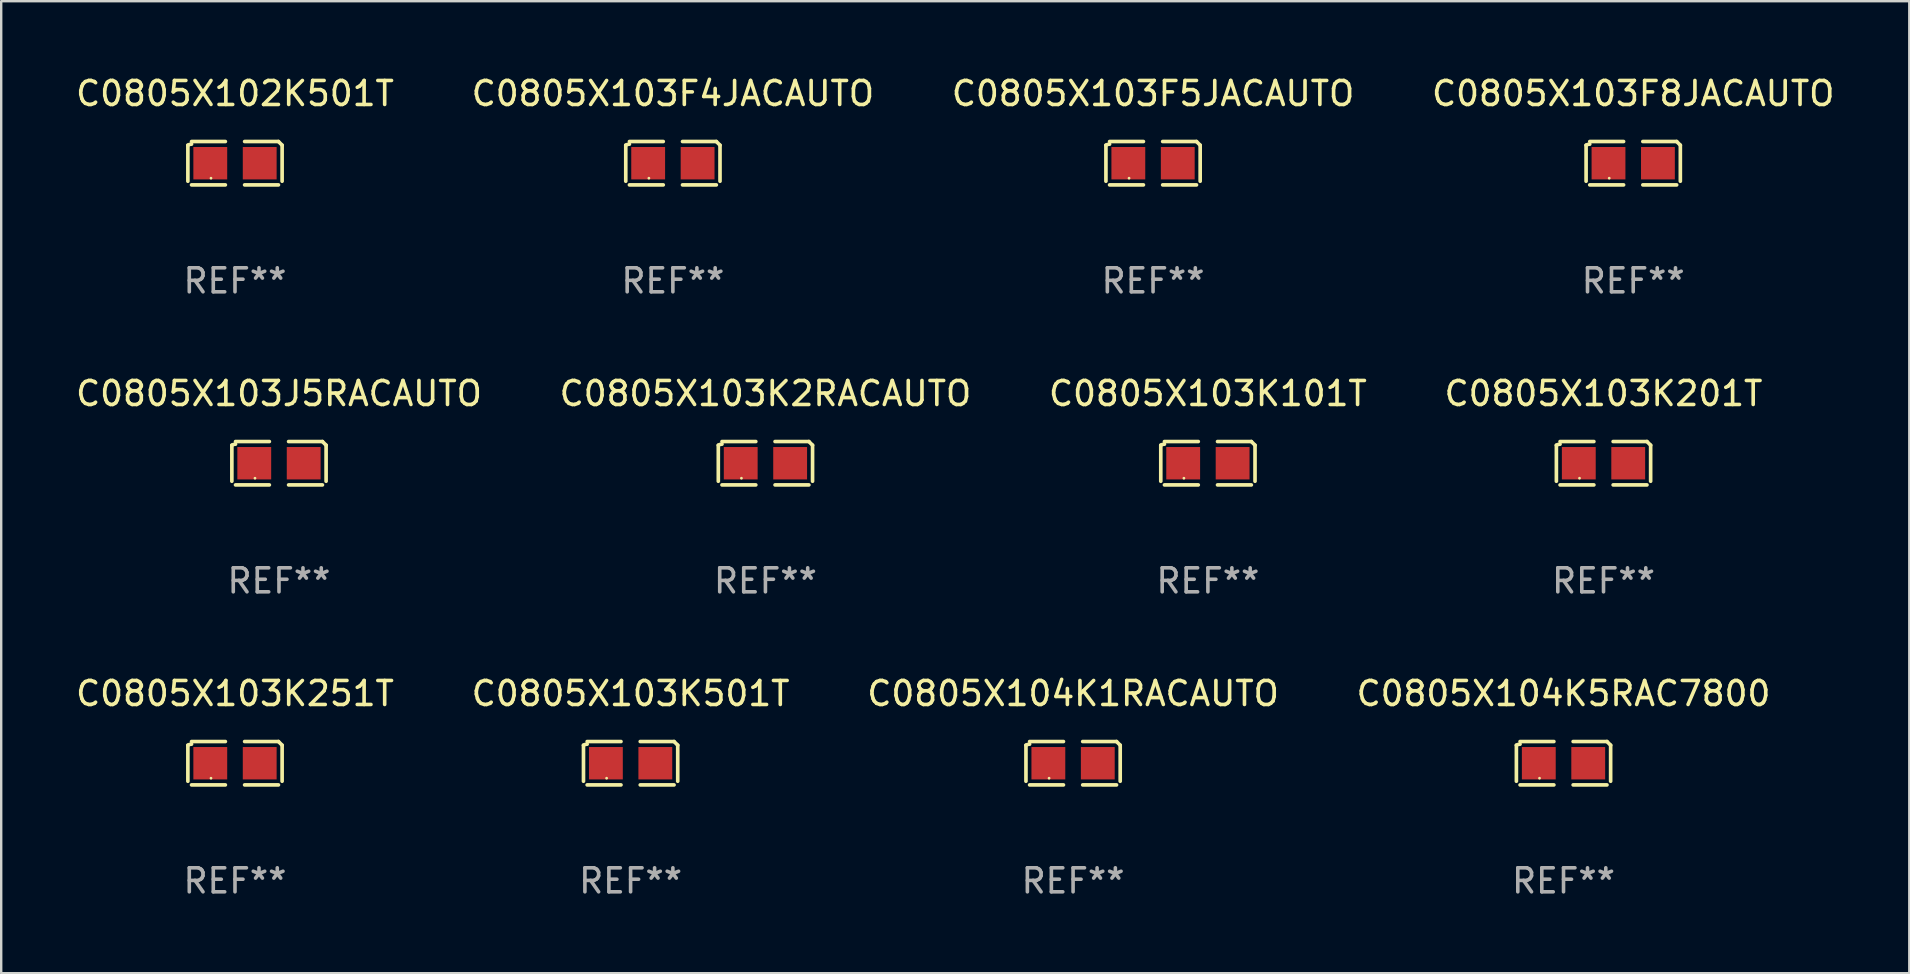
<source format=kicad_pcb>
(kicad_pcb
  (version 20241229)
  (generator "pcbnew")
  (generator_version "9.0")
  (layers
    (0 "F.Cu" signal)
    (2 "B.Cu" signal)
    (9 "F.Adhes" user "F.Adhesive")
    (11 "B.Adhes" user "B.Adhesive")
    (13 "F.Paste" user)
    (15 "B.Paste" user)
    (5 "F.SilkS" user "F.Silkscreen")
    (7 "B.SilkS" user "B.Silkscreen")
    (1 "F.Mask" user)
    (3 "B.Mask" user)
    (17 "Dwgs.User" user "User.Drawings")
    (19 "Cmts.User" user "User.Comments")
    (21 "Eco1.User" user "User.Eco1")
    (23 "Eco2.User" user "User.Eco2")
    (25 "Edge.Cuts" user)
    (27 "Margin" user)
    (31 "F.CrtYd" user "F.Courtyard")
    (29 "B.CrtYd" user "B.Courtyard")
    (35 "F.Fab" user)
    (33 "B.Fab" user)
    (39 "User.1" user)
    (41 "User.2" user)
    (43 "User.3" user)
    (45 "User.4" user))
  (footprint "C0805X104K5RAC7800"
    (layer "F.Cu")
    (at 62.113 28.759)
    (property "Reference" "C0805X104K5RAC7800" (at 0 -2.904 0) (layer "F.SilkS") (effects (font (size 1 1) (thickness 0.15))))
    (attr through_hole)
    (fp_line (start -1.964 0.751) (end -1.964 -0.751) (stroke (width 0.152) (type solid)) (layer "F.SilkS"))
    (fp_line (start -1.811 -0.904) (end -0.401 -0.904) (stroke (width 0.152) (type solid)) (layer "F.SilkS"))
    (fp_line (start -0.401 0.904) (end -1.811 0.904) (stroke (width 0.152) (type solid)) (layer "F.SilkS"))
    (fp_line (start 0.401 0.904) (end 1.811 0.904) (stroke (width 0.152) (type solid)) (layer "F.SilkS"))
    (fp_line (start 1.811 -0.904) (end 0.401 -0.904) (stroke (width 0.152) (type solid)) (layer "F.SilkS"))
    (fp_line (start 1.964 0.751) (end 1.964 -0.751) (stroke (width 0.152) (type solid)) (layer "F.SilkS"))
    (fp_arc (start -1.963602 -0.751207) (mid -1.890354 -0.783131) (end -1.811201 -0.794044) (stroke (width 0.1524) (type solid)) (layer "F.SilkS"))
    (fp_arc (start 1.811202 -0.903607) (mid 1.887413 -0.827418) (end 1.963602 -0.751207) (stroke (width 0.1524) (type solid)) (layer "F.SilkS"))
    (fp_circle (center -1 0.625) (end -0.97 0.625) (stroke (width 0.06) (type solid)) (fill no) (layer "F.SilkS"))
    (fp_text user "REF**" (at 0 4.904 0) (layer "F.Fab") (effects (font (size 1 1) (thickness 0.15))))
    (pad "1" smd rect (at -1.03 0) (size 1.41 1.35) (layers "F.Cu" "F.Mask" "F.Paste"))
    (pad "2" smd rect (at 1.03 0) (size 1.41 1.35) (layers "F.Cu" "F.Mask" "F.Paste")))
  (footprint "C0805X103J5RACAUTO"
    (layer "F.Cu")
    (at 8.577 16.256)
    (property "Reference" "C0805X103J5RACAUTO" (at 0 -2.904 0) (layer "F.SilkS") (effects (font (size 1 1) (thickness 0.15))))
    (attr through_hole)
    (fp_line (start -1.964 0.751) (end -1.964 -0.751) (stroke (width 0.152) (type solid)) (layer "F.SilkS"))
    (fp_line (start -1.811 -0.904) (end -0.401 -0.904) (stroke (width 0.152) (type solid)) (layer "F.SilkS"))
    (fp_line (start -0.401 0.904) (end -1.811 0.904) (stroke (width 0.152) (type solid)) (layer "F.SilkS"))
    (fp_line (start 0.401 0.904) (end 1.811 0.904) (stroke (width 0.152) (type solid)) (layer "F.SilkS"))
    (fp_line (start 1.811 -0.904) (end 0.401 -0.904) (stroke (width 0.152) (type solid)) (layer "F.SilkS"))
    (fp_line (start 1.964 0.751) (end 1.964 -0.751) (stroke (width 0.152) (type solid)) (layer "F.SilkS"))
    (fp_arc (start -1.963602 -0.751207) (mid -1.890354 -0.783131) (end -1.811201 -0.794044) (stroke (width 0.1524) (type solid)) (layer "F.SilkS"))
    (fp_arc (start 1.811202 -0.903607) (mid 1.887413 -0.827418) (end 1.963602 -0.751207) (stroke (width 0.1524) (type solid)) (layer "F.SilkS"))
    (fp_circle (center -1 0.625) (end -0.97 0.625) (stroke (width 0.06) (type solid)) (fill no) (layer "F.SilkS"))
    (fp_text user "REF**" (at 0 4.904 0) (layer "F.Fab") (effects (font (size 1 1) (thickness 0.15))))
    (pad "1" smd rect (at -1.03 0) (size 1.41 1.35) (layers "F.Cu" "F.Mask" "F.Paste"))
    (pad "2" smd rect (at 1.03 0) (size 1.41 1.35) (layers "F.Cu" "F.Mask" "F.Paste")))
  (footprint "C0805X102K501T"
    (layer "F.Cu")
    (at 6.744 3.752)
    (property "Reference" "C0805X102K501T" (at 0 -2.904 0) (layer "F.SilkS") (effects (font (size 1 1) (thickness 0.15))))
    (attr through_hole)
    (fp_line (start -1.964 0.751) (end -1.964 -0.751) (stroke (width 0.152) (type solid)) (layer "F.SilkS"))
    (fp_line (start -1.811 -0.904) (end -0.401 -0.904) (stroke (width 0.152) (type solid)) (layer "F.SilkS"))
    (fp_line (start -0.401 0.904) (end -1.811 0.904) (stroke (width 0.152) (type solid)) (layer "F.SilkS"))
    (fp_line (start 0.401 0.904) (end 1.811 0.904) (stroke (width 0.152) (type solid)) (layer "F.SilkS"))
    (fp_line (start 1.811 -0.904) (end 0.401 -0.904) (stroke (width 0.152) (type solid)) (layer "F.SilkS"))
    (fp_line (start 1.964 0.751) (end 1.964 -0.751) (stroke (width 0.152) (type solid)) (layer "F.SilkS"))
    (fp_arc (start -1.963602 -0.751207) (mid -1.890354 -0.783131) (end -1.811201 -0.794044) (stroke (width 0.1524) (type solid)) (layer "F.SilkS"))
    (fp_arc (start 1.811202 -0.903607) (mid 1.887413 -0.827418) (end 1.963602 -0.751207) (stroke (width 0.1524) (type solid)) (layer "F.SilkS"))
    (fp_circle (center -1 0.625) (end -0.97 0.625) (stroke (width 0.06) (type solid)) (fill no) (layer "F.SilkS"))
    (fp_text user "REF**" (at 0 4.904 0) (layer "F.Fab") (effects (font (size 1 1) (thickness 0.15))))
    (pad "1" smd rect (at -1.03 0) (size 1.41 1.35) (layers "F.Cu" "F.Mask" "F.Paste"))
    (pad "2" smd rect (at 1.03 0) (size 1.41 1.35) (layers "F.Cu" "F.Mask" "F.Paste")))
  (footprint "C0805X103K251T"
    (layer "F.Cu")
    (at 6.744 28.759)
    (property "Reference" "C0805X103K251T" (at 0 -2.904 0) (layer "F.SilkS") (effects (font (size 1 1) (thickness 0.15))))
    (attr through_hole)
    (fp_line (start -1.964 0.751) (end -1.964 -0.751) (stroke (width 0.152) (type solid)) (layer "F.SilkS"))
    (fp_line (start -1.811 -0.904) (end -0.401 -0.904) (stroke (width 0.152) (type solid)) (layer "F.SilkS"))
    (fp_line (start -0.401 0.904) (end -1.811 0.904) (stroke (width 0.152) (type solid)) (layer "F.SilkS"))
    (fp_line (start 0.401 0.904) (end 1.811 0.904) (stroke (width 0.152) (type solid)) (layer "F.SilkS"))
    (fp_line (start 1.811 -0.904) (end 0.401 -0.904) (stroke (width 0.152) (type solid)) (layer "F.SilkS"))
    (fp_line (start 1.964 0.751) (end 1.964 -0.751) (stroke (width 0.152) (type solid)) (layer "F.SilkS"))
    (fp_arc (start -1.963602 -0.751207) (mid -1.890354 -0.783131) (end -1.811201 -0.794044) (stroke (width 0.1524) (type solid)) (layer "F.SilkS"))
    (fp_arc (start 1.811202 -0.903607) (mid 1.887413 -0.827418) (end 1.963602 -0.751207) (stroke (width 0.1524) (type solid)) (layer "F.SilkS"))
    (fp_circle (center -1 0.625) (end -0.97 0.625) (stroke (width 0.06) (type solid)) (fill no) (layer "F.SilkS"))
    (fp_text user "REF**" (at 0 4.904 0) (layer "F.Fab") (effects (font (size 1 1) (thickness 0.15))))
    (pad "1" smd rect (at -1.03 0) (size 1.41 1.35) (layers "F.Cu" "F.Mask" "F.Paste"))
    (pad "2" smd rect (at 1.03 0) (size 1.41 1.35) (layers "F.Cu" "F.Mask" "F.Paste")))
  (footprint "C0805X103K201T"
    (layer "F.Cu")
    (at 63.78 16.256)
    (property "Reference" "C0805X103K201T" (at 0 -2.904 0) (layer "F.SilkS") (effects (font (size 1 1) (thickness 0.15))))
    (attr through_hole)
    (fp_line (start -1.964 0.751) (end -1.964 -0.751) (stroke (width 0.152) (type solid)) (layer "F.SilkS"))
    (fp_line (start -1.811 -0.904) (end -0.401 -0.904) (stroke (width 0.152) (type solid)) (layer "F.SilkS"))
    (fp_line (start -0.401 0.904) (end -1.811 0.904) (stroke (width 0.152) (type solid)) (layer "F.SilkS"))
    (fp_line (start 0.401 0.904) (end 1.811 0.904) (stroke (width 0.152) (type solid)) (layer "F.SilkS"))
    (fp_line (start 1.811 -0.904) (end 0.401 -0.904) (stroke (width 0.152) (type solid)) (layer "F.SilkS"))
    (fp_line (start 1.964 0.751) (end 1.964 -0.751) (stroke (width 0.152) (type solid)) (layer "F.SilkS"))
    (fp_arc (start -1.963602 -0.751207) (mid -1.890354 -0.783131) (end -1.811201 -0.794044) (stroke (width 0.1524) (type solid)) (layer "F.SilkS"))
    (fp_arc (start 1.811202 -0.903607) (mid 1.887413 -0.827418) (end 1.963602 -0.751207) (stroke (width 0.1524) (type solid)) (layer "F.SilkS"))
    (fp_circle (center -1 0.625) (end -0.97 0.625) (stroke (width 0.06) (type solid)) (fill no) (layer "F.SilkS"))
    (fp_text user "REF**" (at 0 4.904 0) (layer "F.Fab") (effects (font (size 1 1) (thickness 0.15))))
    (pad "1" smd rect (at -1.03 0) (size 1.41 1.35) (layers "F.Cu" "F.Mask" "F.Paste"))
    (pad "2" smd rect (at 1.03 0) (size 1.41 1.35) (layers "F.Cu" "F.Mask" "F.Paste")))
  (footprint "C0805X103K101T"
    (layer "F.Cu")
    (at 47.292 16.256)
    (property "Reference" "C0805X103K101T" (at 0 -2.904 0) (layer "F.SilkS") (effects (font (size 1 1) (thickness 0.15))))
    (attr through_hole)
    (fp_line (start -1.964 0.751) (end -1.964 -0.751) (stroke (width 0.152) (type solid)) (layer "F.SilkS"))
    (fp_line (start -1.811 -0.904) (end -0.401 -0.904) (stroke (width 0.152) (type solid)) (layer "F.SilkS"))
    (fp_line (start -0.401 0.904) (end -1.811 0.904) (stroke (width 0.152) (type solid)) (layer "F.SilkS"))
    (fp_line (start 0.401 0.904) (end 1.811 0.904) (stroke (width 0.152) (type solid)) (layer "F.SilkS"))
    (fp_line (start 1.811 -0.904) (end 0.401 -0.904) (stroke (width 0.152) (type solid)) (layer "F.SilkS"))
    (fp_line (start 1.964 0.751) (end 1.964 -0.751) (stroke (width 0.152) (type solid)) (layer "F.SilkS"))
    (fp_arc (start -1.963602 -0.751207) (mid -1.890354 -0.783131) (end -1.811201 -0.794044) (stroke (width 0.1524) (type solid)) (layer "F.SilkS"))
    (fp_arc (start 1.811202 -0.903607) (mid 1.887413 -0.827418) (end 1.963602 -0.751207) (stroke (width 0.1524) (type solid)) (layer "F.SilkS"))
    (fp_circle (center -1 0.625) (end -0.97 0.625) (stroke (width 0.06) (type solid)) (fill no) (layer "F.SilkS"))
    (fp_text user "REF**" (at 0 4.904 0) (layer "F.Fab") (effects (font (size 1 1) (thickness 0.15))))
    (pad "1" smd rect (at -1.03 0) (size 1.41 1.35) (layers "F.Cu" "F.Mask" "F.Paste"))
    (pad "2" smd rect (at 1.03 0) (size 1.41 1.35) (layers "F.Cu" "F.Mask" "F.Paste")))
  (footprint "C0805X103F8JACAUTO"
    (layer "F.Cu")
    (at 65.018 3.752)
    (property "Reference" "C0805X103F8JACAUTO" (at 0 -2.904 0) (layer "F.SilkS") (effects (font (size 1 1) (thickness 0.15))))
    (attr through_hole)
    (fp_line (start -1.964 0.751) (end -1.964 -0.751) (stroke (width 0.152) (type solid)) (layer "F.SilkS"))
    (fp_line (start -1.811 -0.904) (end -0.401 -0.904) (stroke (width 0.152) (type solid)) (layer "F.SilkS"))
    (fp_line (start -0.401 0.904) (end -1.811 0.904) (stroke (width 0.152) (type solid)) (layer "F.SilkS"))
    (fp_line (start 0.401 0.904) (end 1.811 0.904) (stroke (width 0.152) (type solid)) (layer "F.SilkS"))
    (fp_line (start 1.811 -0.904) (end 0.401 -0.904) (stroke (width 0.152) (type solid)) (layer "F.SilkS"))
    (fp_line (start 1.964 0.751) (end 1.964 -0.751) (stroke (width 0.152) (type solid)) (layer "F.SilkS"))
    (fp_arc (start -1.963602 -0.751207) (mid -1.890354 -0.783131) (end -1.811201 -0.794044) (stroke (width 0.1524) (type solid)) (layer "F.SilkS"))
    (fp_arc (start 1.811202 -0.903607) (mid 1.887413 -0.827418) (end 1.963602 -0.751207) (stroke (width 0.1524) (type solid)) (layer "F.SilkS"))
    (fp_circle (center -1 0.625) (end -0.97 0.625) (stroke (width 0.06) (type solid)) (fill no) (layer "F.SilkS"))
    (fp_text user "REF**" (at 0 4.904 0) (layer "F.Fab") (effects (font (size 1 1) (thickness 0.15))))
    (pad "1" smd rect (at -1.03 0) (size 1.41 1.35) (layers "F.Cu" "F.Mask" "F.Paste"))
    (pad "2" smd rect (at 1.03 0) (size 1.41 1.35) (layers "F.Cu" "F.Mask" "F.Paste")))
  (footprint "C0805X103K501T"
    (layer "F.Cu")
    (at 23.232 28.759)
    (property "Reference" "C0805X103K501T" (at 0 -2.904 0) (layer "F.SilkS") (effects (font (size 1 1) (thickness 0.15))))
    (attr through_hole)
    (fp_line (start -1.964 0.751) (end -1.964 -0.751) (stroke (width 0.152) (type solid)) (layer "F.SilkS"))
    (fp_line (start -1.811 -0.904) (end -0.401 -0.904) (stroke (width 0.152) (type solid)) (layer "F.SilkS"))
    (fp_line (start -0.401 0.904) (end -1.811 0.904) (stroke (width 0.152) (type solid)) (layer "F.SilkS"))
    (fp_line (start 0.401 0.904) (end 1.811 0.904) (stroke (width 0.152) (type solid)) (layer "F.SilkS"))
    (fp_line (start 1.811 -0.904) (end 0.401 -0.904) (stroke (width 0.152) (type solid)) (layer "F.SilkS"))
    (fp_line (start 1.964 0.751) (end 1.964 -0.751) (stroke (width 0.152) (type solid)) (layer "F.SilkS"))
    (fp_arc (start -1.963602 -0.751207) (mid -1.890354 -0.783131) (end -1.811201 -0.794044) (stroke (width 0.1524) (type solid)) (layer "F.SilkS"))
    (fp_arc (start 1.811202 -0.903607) (mid 1.887413 -0.827418) (end 1.963602 -0.751207) (stroke (width 0.1524) (type solid)) (layer "F.SilkS"))
    (fp_circle (center -1 0.625) (end -0.97 0.625) (stroke (width 0.06) (type solid)) (fill no) (layer "F.SilkS"))
    (fp_text user "REF**" (at 0 4.904 0) (layer "F.Fab") (effects (font (size 1 1) (thickness 0.15))))
    (pad "1" smd rect (at -1.03 0) (size 1.41 1.35) (layers "F.Cu" "F.Mask" "F.Paste"))
    (pad "2" smd rect (at 1.03 0) (size 1.41 1.35) (layers "F.Cu" "F.Mask" "F.Paste")))
  (footprint "C0805X103F4JACAUTO"
    (layer "F.Cu")
    (at 24.994 3.752)
    (property "Reference" "C0805X103F4JACAUTO" (at 0 -2.904 0) (layer "F.SilkS") (effects (font (size 1 1) (thickness 0.15))))
    (attr through_hole)
    (fp_line (start -1.964 0.751) (end -1.964 -0.751) (stroke (width 0.152) (type solid)) (layer "F.SilkS"))
    (fp_line (start -1.811 -0.904) (end -0.401 -0.904) (stroke (width 0.152) (type solid)) (layer "F.SilkS"))
    (fp_line (start -0.401 0.904) (end -1.811 0.904) (stroke (width 0.152) (type solid)) (layer "F.SilkS"))
    (fp_line (start 0.401 0.904) (end 1.811 0.904) (stroke (width 0.152) (type solid)) (layer "F.SilkS"))
    (fp_line (start 1.811 -0.904) (end 0.401 -0.904) (stroke (width 0.152) (type solid)) (layer "F.SilkS"))
    (fp_line (start 1.964 0.751) (end 1.964 -0.751) (stroke (width 0.152) (type solid)) (layer "F.SilkS"))
    (fp_arc (start -1.963602 -0.751207) (mid -1.890354 -0.783131) (end -1.811201 -0.794044) (stroke (width 0.1524) (type solid)) (layer "F.SilkS"))
    (fp_arc (start 1.811202 -0.903607) (mid 1.887413 -0.827418) (end 1.963602 -0.751207) (stroke (width 0.1524) (type solid)) (layer "F.SilkS"))
    (fp_circle (center -1 0.625) (end -0.97 0.625) (stroke (width 0.06) (type solid)) (fill no) (layer "F.SilkS"))
    (fp_text user "REF**" (at 0 4.904 0) (layer "F.Fab") (effects (font (size 1 1) (thickness 0.15))))
    (pad "1" smd rect (at -1.03 0) (size 1.41 1.35) (layers "F.Cu" "F.Mask" "F.Paste"))
    (pad "2" smd rect (at 1.03 0) (size 1.41 1.35) (layers "F.Cu" "F.Mask" "F.Paste")))
  (footprint "C0805X103K2RACAUTO"
    (layer "F.Cu")
    (at 28.851 16.256)
    (property "Reference" "C0805X103K2RACAUTO" (at 0 -2.904 0) (layer "F.SilkS") (effects (font (size 1 1) (thickness 0.15))))
    (attr through_hole)
    (fp_line (start -1.964 0.751) (end -1.964 -0.751) (stroke (width 0.152) (type solid)) (layer "F.SilkS"))
    (fp_line (start -1.811 -0.904) (end -0.401 -0.904) (stroke (width 0.152) (type solid)) (layer "F.SilkS"))
    (fp_line (start -0.401 0.904) (end -1.811 0.904) (stroke (width 0.152) (type solid)) (layer "F.SilkS"))
    (fp_line (start 0.401 0.904) (end 1.811 0.904) (stroke (width 0.152) (type solid)) (layer "F.SilkS"))
    (fp_line (start 1.811 -0.904) (end 0.401 -0.904) (stroke (width 0.152) (type solid)) (layer "F.SilkS"))
    (fp_line (start 1.964 0.751) (end 1.964 -0.751) (stroke (width 0.152) (type solid)) (layer "F.SilkS"))
    (fp_arc (start -1.963602 -0.751207) (mid -1.890354 -0.783131) (end -1.811201 -0.794044) (stroke (width 0.1524) (type solid)) (layer "F.SilkS"))
    (fp_arc (start 1.811202 -0.903607) (mid 1.887413 -0.827418) (end 1.963602 -0.751207) (stroke (width 0.1524) (type solid)) (layer "F.SilkS"))
    (fp_circle (center -1 0.625) (end -0.97 0.625) (stroke (width 0.06) (type solid)) (fill no) (layer "F.SilkS"))
    (fp_text user "REF**" (at 0 4.904 0) (layer "F.Fab") (effects (font (size 1 1) (thickness 0.15))))
    (pad "1" smd rect (at -1.03 0) (size 1.41 1.35) (layers "F.Cu" "F.Mask" "F.Paste"))
    (pad "2" smd rect (at 1.03 0) (size 1.41 1.35) (layers "F.Cu" "F.Mask" "F.Paste")))
  (footprint "C0805X104K1RACAUTO"
    (layer "F.Cu")
    (at 41.673 28.759)
    (property "Reference" "C0805X104K1RACAUTO" (at 0 -2.904 0) (layer "F.SilkS") (effects (font (size 1 1) (thickness 0.15))))
    (attr through_hole)
    (fp_line (start -1.964 0.751) (end -1.964 -0.751) (stroke (width 0.152) (type solid)) (layer "F.SilkS"))
    (fp_line (start -1.811 -0.904) (end -0.401 -0.904) (stroke (width 0.152) (type solid)) (layer "F.SilkS"))
    (fp_line (start -0.401 0.904) (end -1.811 0.904) (stroke (width 0.152) (type solid)) (layer "F.SilkS"))
    (fp_line (start 0.401 0.904) (end 1.811 0.904) (stroke (width 0.152) (type solid)) (layer "F.SilkS"))
    (fp_line (start 1.811 -0.904) (end 0.401 -0.904) (stroke (width 0.152) (type solid)) (layer "F.SilkS"))
    (fp_line (start 1.964 0.751) (end 1.964 -0.751) (stroke (width 0.152) (type solid)) (layer "F.SilkS"))
    (fp_arc (start -1.963602 -0.751207) (mid -1.890354 -0.783131) (end -1.811201 -0.794044) (stroke (width 0.1524) (type solid)) (layer "F.SilkS"))
    (fp_arc (start 1.811202 -0.903607) (mid 1.887413 -0.827418) (end 1.963602 -0.751207) (stroke (width 0.1524) (type solid)) (layer "F.SilkS"))
    (fp_circle (center -1 0.625) (end -0.97 0.625) (stroke (width 0.06) (type solid)) (fill no) (layer "F.SilkS"))
    (fp_text user "REF**" (at 0 4.904 0) (layer "F.Fab") (effects (font (size 1 1) (thickness 0.15))))
    (pad "1" smd rect (at -1.03 0) (size 1.41 1.35) (layers "F.Cu" "F.Mask" "F.Paste"))
    (pad "2" smd rect (at 1.03 0) (size 1.41 1.35) (layers "F.Cu" "F.Mask" "F.Paste")))
  (footprint "C0805X103F5JACAUTO"
    (layer "F.Cu")
    (at 45.006 3.752)
    (property "Reference" "C0805X103F5JACAUTO" (at 0 -2.904 0) (layer "F.SilkS") (effects (font (size 1 1) (thickness 0.15))))
    (attr through_hole)
    (fp_line (start -1.964 0.751) (end -1.964 -0.751) (stroke (width 0.152) (type solid)) (layer "F.SilkS"))
    (fp_line (start -1.811 -0.904) (end -0.401 -0.904) (stroke (width 0.152) (type solid)) (layer "F.SilkS"))
    (fp_line (start -0.401 0.904) (end -1.811 0.904) (stroke (width 0.152) (type solid)) (layer "F.SilkS"))
    (fp_line (start 0.401 0.904) (end 1.811 0.904) (stroke (width 0.152) (type solid)) (layer "F.SilkS"))
    (fp_line (start 1.811 -0.904) (end 0.401 -0.904) (stroke (width 0.152) (type solid)) (layer "F.SilkS"))
    (fp_line (start 1.964 0.751) (end 1.964 -0.751) (stroke (width 0.152) (type solid)) (layer "F.SilkS"))
    (fp_arc (start -1.963602 -0.751207) (mid -1.890354 -0.783131) (end -1.811201 -0.794044) (stroke (width 0.1524) (type solid)) (layer "F.SilkS"))
    (fp_arc (start 1.811202 -0.903607) (mid 1.887413 -0.827418) (end 1.963602 -0.751207) (stroke (width 0.1524) (type solid)) (layer "F.SilkS"))
    (fp_circle (center -1 0.625) (end -0.97 0.625) (stroke (width 0.06) (type solid)) (fill no) (layer "F.SilkS"))
    (fp_text user "REF**" (at 0 4.904 0) (layer "F.Fab") (effects (font (size 1 1) (thickness 0.15))))
    (pad "1" smd rect (at -1.03 0) (size 1.41 1.35) (layers "F.Cu" "F.Mask" "F.Paste"))
    (pad "2" smd rect (at 1.03 0) (size 1.41 1.35) (layers "F.Cu" "F.Mask" "F.Paste")))
  (gr_rect
    (start -3 -3)
    (end 76.524 37.511)
    (stroke (width 0.1) (type default))
    (fill no)
    (layer "Edge.Cuts")))
</source>
